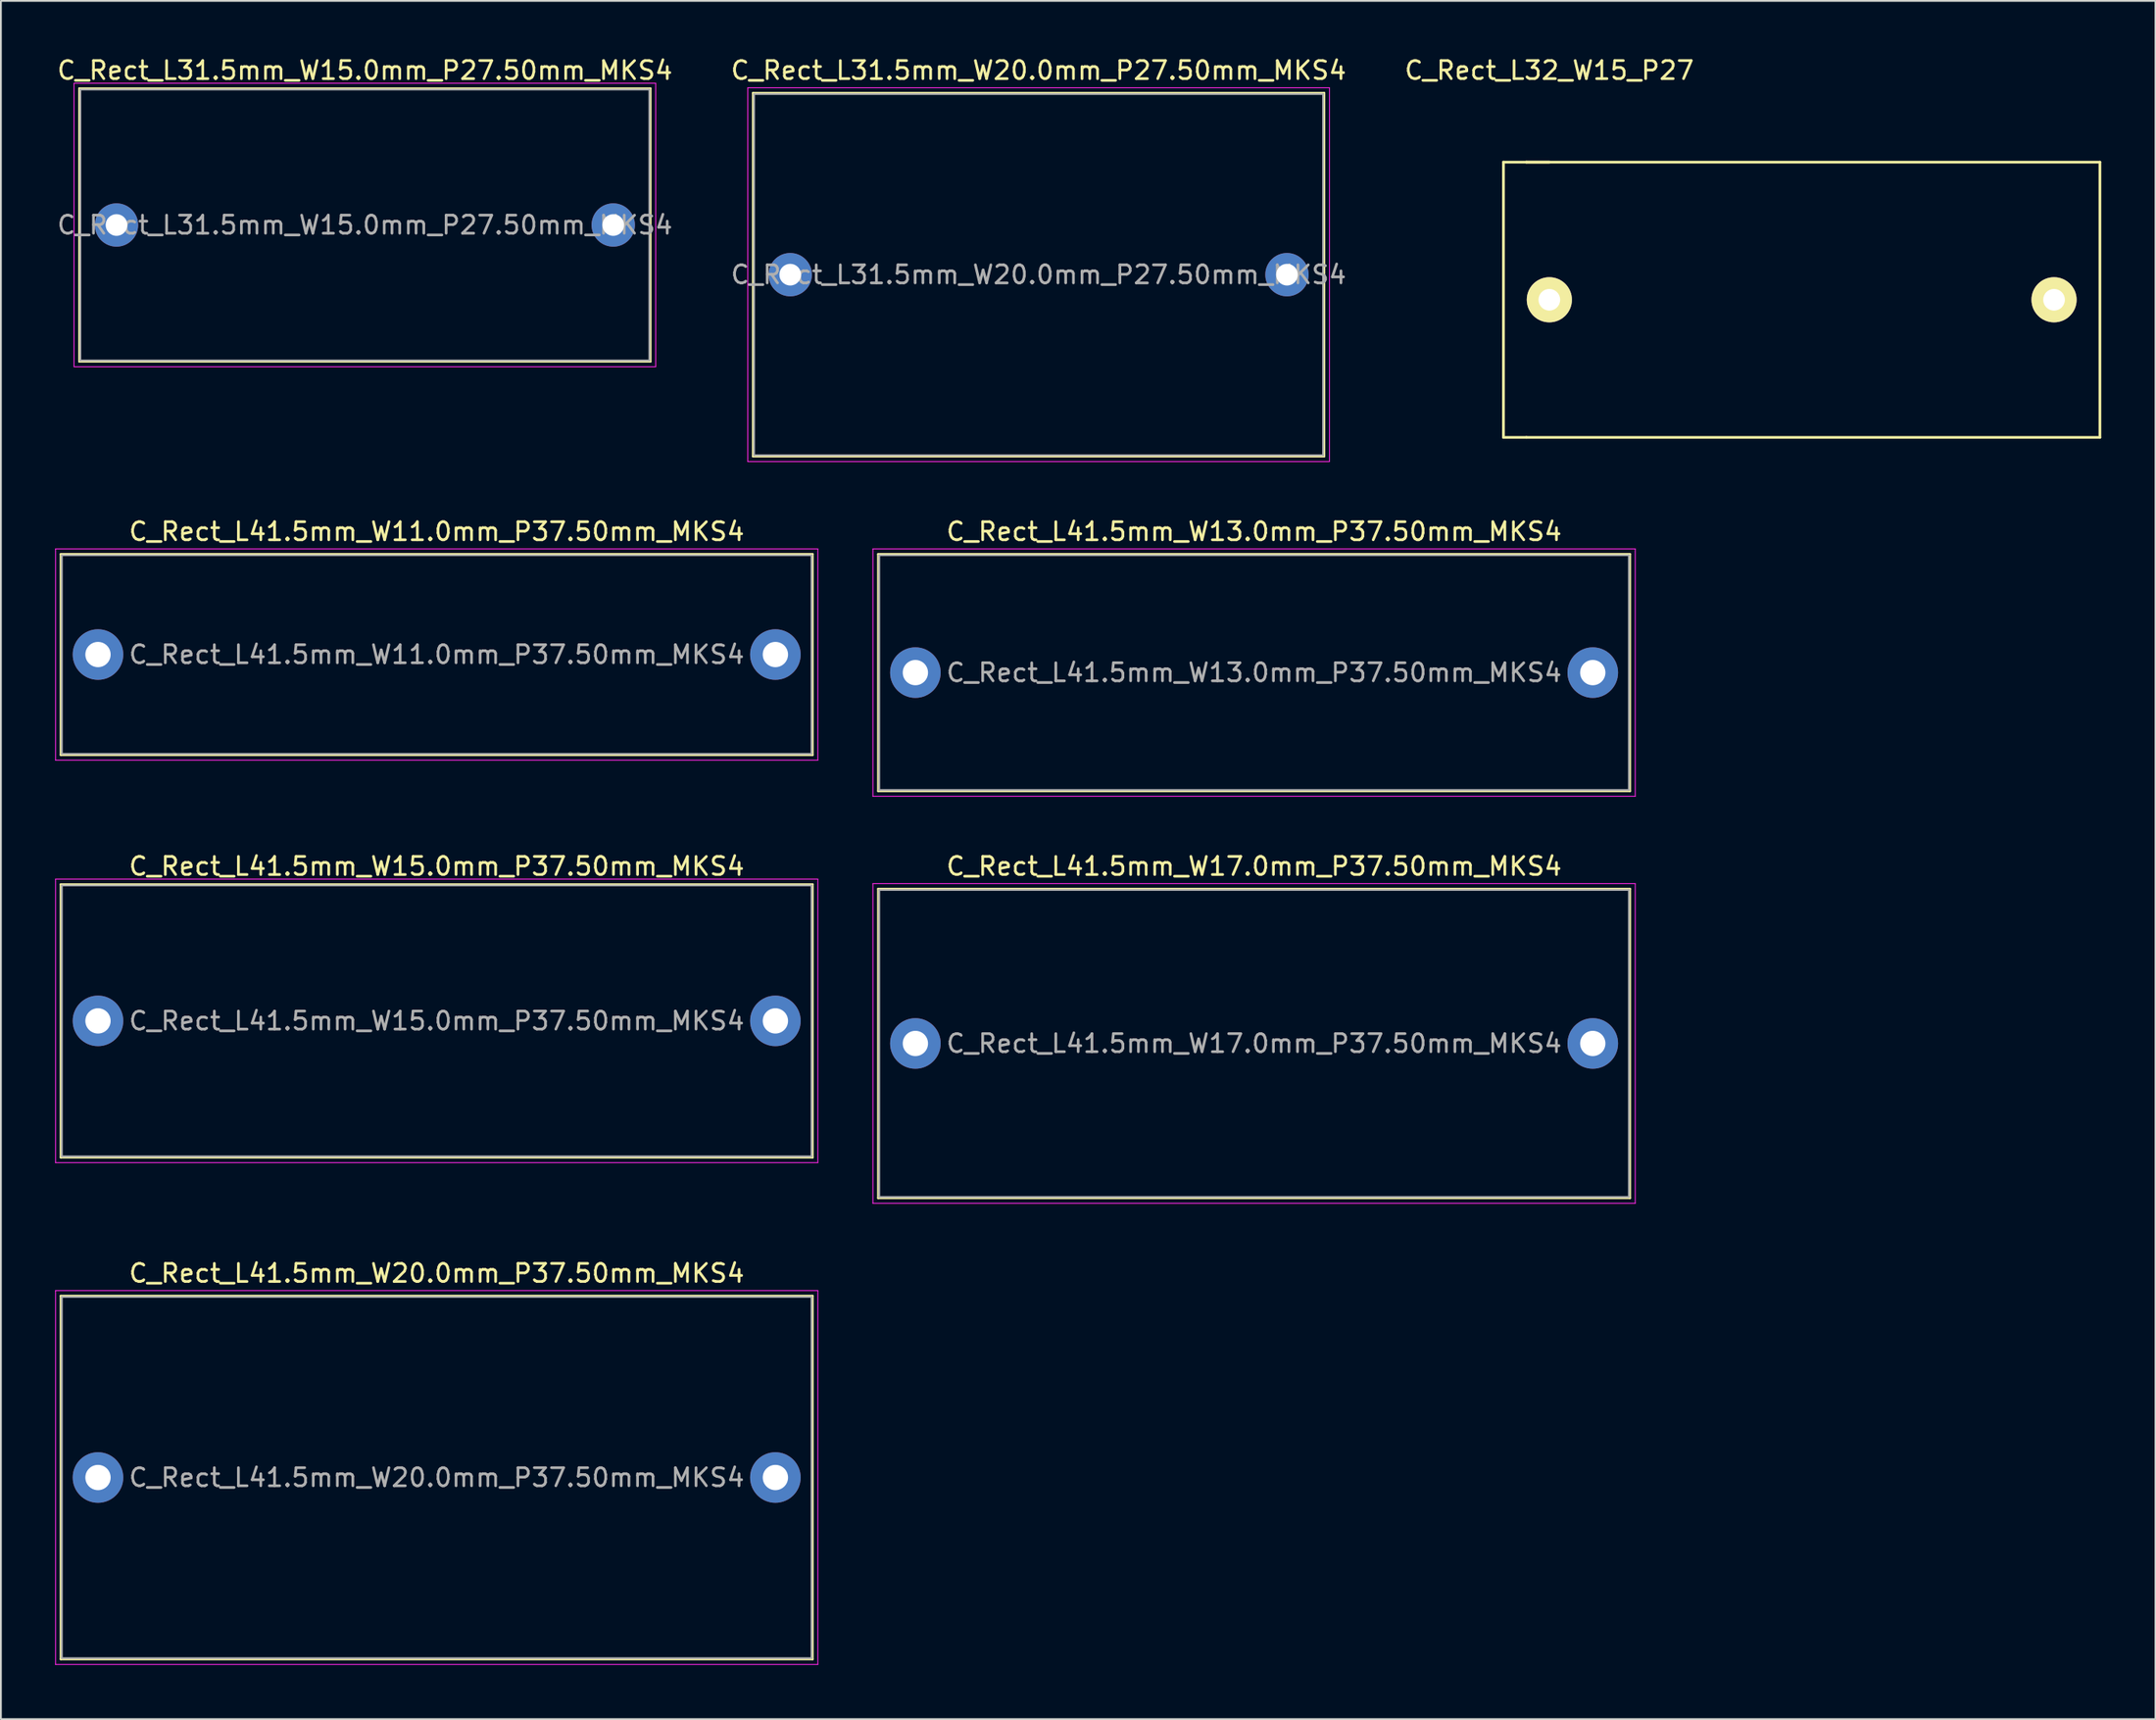
<source format=kicad_pcb>
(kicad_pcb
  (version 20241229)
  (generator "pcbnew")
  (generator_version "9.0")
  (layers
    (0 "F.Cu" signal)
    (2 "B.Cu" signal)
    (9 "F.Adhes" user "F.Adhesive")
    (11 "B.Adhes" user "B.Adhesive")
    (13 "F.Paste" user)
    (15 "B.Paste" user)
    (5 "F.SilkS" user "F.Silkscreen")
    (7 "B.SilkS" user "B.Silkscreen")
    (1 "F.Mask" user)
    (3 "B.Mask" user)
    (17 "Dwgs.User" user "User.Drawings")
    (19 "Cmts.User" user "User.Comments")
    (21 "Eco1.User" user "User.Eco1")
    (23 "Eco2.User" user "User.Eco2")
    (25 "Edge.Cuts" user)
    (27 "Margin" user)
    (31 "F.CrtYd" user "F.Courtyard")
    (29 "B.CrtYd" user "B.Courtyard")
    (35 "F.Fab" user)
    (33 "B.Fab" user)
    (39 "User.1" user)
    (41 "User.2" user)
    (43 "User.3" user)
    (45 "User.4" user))
  (footprint "C_Rect_L41.5mm_W13.0mm_P37.50mm_MKS4"
    (layer "F.Cu")
    (at 47.625 34.191)
    (property "Reference" "C_Rect_L41.5mm_W13.0mm_P37.50mm_MKS4" (at 18.75 -7.81 0) (layer "F.SilkS") (effects (font (size 1 1) (thickness 0.15))))
    (attr through_hole)
    (fp_line (start -2.06 -6.56) (end -2.06 6.56) (stroke (width 0.12) (type solid)) (layer "F.SilkS"))
    (fp_line (start -2.06 -6.56) (end 39.56 -6.56) (stroke (width 0.12) (type solid)) (layer "F.SilkS"))
    (fp_line (start -2.06 6.56) (end 39.56 6.56) (stroke (width 0.12) (type solid)) (layer "F.SilkS"))
    (fp_line (start 39.56 -6.56) (end 39.56 6.56) (stroke (width 0.12) (type solid)) (layer "F.SilkS"))
    (fp_line (start -2.35 -6.85) (end -2.35 6.85) (stroke (width 0.05) (type solid)) (layer "F.CrtYd"))
    (fp_line (start -2.35 6.85) (end 39.85 6.85) (stroke (width 0.05) (type solid)) (layer "F.CrtYd"))
    (fp_line (start 39.85 -6.85) (end -2.35 -6.85) (stroke (width 0.05) (type solid)) (layer "F.CrtYd"))
    (fp_line (start 39.85 6.85) (end 39.85 -6.85) (stroke (width 0.05) (type solid)) (layer "F.CrtYd"))
    (fp_line (start -2 -6.5) (end -2 6.5) (stroke (width 0.1) (type solid)) (layer "F.Fab"))
    (fp_line (start -2 6.5) (end 39.5 6.5) (stroke (width 0.1) (type solid)) (layer "F.Fab"))
    (fp_line (start 39.5 -6.5) (end -2 -6.5) (stroke (width 0.1) (type solid)) (layer "F.Fab"))
    (fp_line (start 39.5 6.5) (end 39.5 -6.5) (stroke (width 0.1) (type solid)) (layer "F.Fab"))
    (fp_text user "${REFERENCE}" (at 18.75 0 0) (layer "F.Fab") (effects (font (size 1 1) (thickness 0.15))))
    (pad "1" thru_hole circle (at 0 0) (size 2.8 2.8) (drill 1.4) (layers "*.Cu" "*.Mask"))
    (pad "2" thru_hole circle (at 37.5 0) (size 2.8 2.8) (drill 1.4) (layers "*.Cu" "*.Mask")))
  (footprint "C_Rect_L41.5mm_W11.0mm_P37.50mm_MKS4"
    (layer "F.Cu")
    (at 2.375 33.191)
    (property "Reference" "C_Rect_L41.5mm_W11.0mm_P37.50mm_MKS4" (at 18.75 -6.81 0) (layer "F.SilkS") (effects (font (size 1 1) (thickness 0.15))))
    (attr through_hole)
    (fp_line (start -2.06 -5.56) (end -2.06 5.56) (stroke (width 0.12) (type solid)) (layer "F.SilkS"))
    (fp_line (start -2.06 -5.56) (end 39.56 -5.56) (stroke (width 0.12) (type solid)) (layer "F.SilkS"))
    (fp_line (start -2.06 5.56) (end 39.56 5.56) (stroke (width 0.12) (type solid)) (layer "F.SilkS"))
    (fp_line (start 39.56 -5.56) (end 39.56 5.56) (stroke (width 0.12) (type solid)) (layer "F.SilkS"))
    (fp_line (start -2.35 -5.85) (end -2.35 5.85) (stroke (width 0.05) (type solid)) (layer "F.CrtYd"))
    (fp_line (start -2.35 5.85) (end 39.85 5.85) (stroke (width 0.05) (type solid)) (layer "F.CrtYd"))
    (fp_line (start 39.85 -5.85) (end -2.35 -5.85) (stroke (width 0.05) (type solid)) (layer "F.CrtYd"))
    (fp_line (start 39.85 5.85) (end 39.85 -5.85) (stroke (width 0.05) (type solid)) (layer "F.CrtYd"))
    (fp_line (start -2 -5.5) (end -2 5.5) (stroke (width 0.1) (type solid)) (layer "F.Fab"))
    (fp_line (start -2 5.5) (end 39.5 5.5) (stroke (width 0.1) (type solid)) (layer "F.Fab"))
    (fp_line (start 39.5 -5.5) (end -2 -5.5) (stroke (width 0.1) (type solid)) (layer "F.Fab"))
    (fp_line (start 39.5 5.5) (end 39.5 -5.5) (stroke (width 0.1) (type solid)) (layer "F.Fab"))
    (fp_text user "${REFERENCE}" (at 18.75 0 0) (layer "F.Fab") (effects (font (size 1 1) (thickness 0.15))))
    (pad "1" thru_hole circle (at 0 0) (size 2.8 2.8) (drill 1.4) (layers "*.Cu" "*.Mask"))
    (pad "2" thru_hole circle (at 37.5 0) (size 2.8 2.8) (drill 1.4) (layers "*.Cu" "*.Mask")))
  (footprint "C_Rect_L41.5mm_W20.0mm_P37.50mm_MKS4"
    (layer "F.Cu")
    (at 2.375 78.758)
    (property "Reference" "C_Rect_L41.5mm_W20.0mm_P37.50mm_MKS4" (at 18.75 -11.31 0) (layer "F.SilkS") (effects (font (size 1 1) (thickness 0.15))))
    (attr through_hole)
    (fp_line (start -2.06 -10.06) (end -2.06 10.06) (stroke (width 0.12) (type solid)) (layer "F.SilkS"))
    (fp_line (start -2.06 -10.06) (end 39.56 -10.06) (stroke (width 0.12) (type solid)) (layer "F.SilkS"))
    (fp_line (start -2.06 10.06) (end 39.56 10.06) (stroke (width 0.12) (type solid)) (layer "F.SilkS"))
    (fp_line (start 39.56 -10.06) (end 39.56 10.06) (stroke (width 0.12) (type solid)) (layer "F.SilkS"))
    (fp_line (start -2.35 -10.35) (end -2.35 10.35) (stroke (width 0.05) (type solid)) (layer "F.CrtYd"))
    (fp_line (start -2.35 10.35) (end 39.85 10.35) (stroke (width 0.05) (type solid)) (layer "F.CrtYd"))
    (fp_line (start 39.85 -10.35) (end -2.35 -10.35) (stroke (width 0.05) (type solid)) (layer "F.CrtYd"))
    (fp_line (start 39.85 10.35) (end 39.85 -10.35) (stroke (width 0.05) (type solid)) (layer "F.CrtYd"))
    (fp_line (start -2 -10) (end -2 10) (stroke (width 0.1) (type solid)) (layer "F.Fab"))
    (fp_line (start -2 10) (end 39.5 10) (stroke (width 0.1) (type solid)) (layer "F.Fab"))
    (fp_line (start 39.5 -10) (end -2 -10) (stroke (width 0.1) (type solid)) (layer "F.Fab"))
    (fp_line (start 39.5 10) (end 39.5 -10) (stroke (width 0.1) (type solid)) (layer "F.Fab"))
    (fp_text user "${REFERENCE}" (at 18.75 0 0) (layer "F.Fab") (effects (font (size 1 1) (thickness 0.15))))
    (pad "1" thru_hole circle (at 0 0) (size 2.8 2.8) (drill 1.4) (layers "*.Cu" "*.Mask"))
    (pad "2" thru_hole circle (at 37.5 0) (size 2.8 2.8) (drill 1.4) (layers "*.Cu" "*.Mask")))
  (footprint "C_Rect_L41.5mm_W15.0mm_P37.50mm_MKS4"
    (layer "F.Cu")
    (at 2.375 53.475)
    (property "Reference" "C_Rect_L41.5mm_W15.0mm_P37.50mm_MKS4" (at 18.75 -8.56 0) (layer "F.SilkS") (effects (font (size 1 1) (thickness 0.15))))
    (attr through_hole)
    (fp_line (start -2.06 -7.56) (end -2.06 7.56) (stroke (width 0.12) (type solid)) (layer "F.SilkS"))
    (fp_line (start -2.06 -7.56) (end 39.56 -7.56) (stroke (width 0.12) (type solid)) (layer "F.SilkS"))
    (fp_line (start -2.06 7.56) (end 39.56 7.56) (stroke (width 0.12) (type solid)) (layer "F.SilkS"))
    (fp_line (start 39.56 -7.56) (end 39.56 7.56) (stroke (width 0.12) (type solid)) (layer "F.SilkS"))
    (fp_line (start -2.35 -7.85) (end -2.35 7.85) (stroke (width 0.05) (type solid)) (layer "F.CrtYd"))
    (fp_line (start -2.35 7.85) (end 39.85 7.85) (stroke (width 0.05) (type solid)) (layer "F.CrtYd"))
    (fp_line (start 39.85 -7.85) (end -2.35 -7.85) (stroke (width 0.05) (type solid)) (layer "F.CrtYd"))
    (fp_line (start 39.85 7.85) (end 39.85 -7.85) (stroke (width 0.05) (type solid)) (layer "F.CrtYd"))
    (fp_line (start -2 -7.5) (end -2 7.5) (stroke (width 0.1) (type solid)) (layer "F.Fab"))
    (fp_line (start -2 7.5) (end 39.5 7.5) (stroke (width 0.1) (type solid)) (layer "F.Fab"))
    (fp_line (start 39.5 -7.5) (end -2 -7.5) (stroke (width 0.1) (type solid)) (layer "F.Fab"))
    (fp_line (start 39.5 7.5) (end 39.5 -7.5) (stroke (width 0.1) (type solid)) (layer "F.Fab"))
    (fp_text user "${REFERENCE}" (at 18.75 0 0) (layer "F.Fab") (effects (font (size 1 1) (thickness 0.15))))
    (pad "1" thru_hole circle (at 0 0) (size 2.8 2.8) (drill 1.4) (layers "*.Cu" "*.Mask"))
    (pad "2" thru_hole circle (at 37.5 0) (size 2.8 2.8) (drill 1.4) (layers "*.Cu" "*.Mask")))
  (footprint "C_Rect_L31.5mm_W20.0mm_P27.50mm_MKS4"
    (layer "F.Cu")
    (at 40.696 12.158)
    (property "Reference" "C_Rect_L31.5mm_W20.0mm_P27.50mm_MKS4" (at 13.75 -11.31 0) (layer "F.SilkS") (effects (font (size 1 1) (thickness 0.15))))
    (attr through_hole)
    (fp_line (start -2.06 -10.06) (end -2.06 10.06) (stroke (width 0.12) (type solid)) (layer "F.SilkS"))
    (fp_line (start -2.06 -10.06) (end 29.56 -10.06) (stroke (width 0.12) (type solid)) (layer "F.SilkS"))
    (fp_line (start -2.06 10.06) (end 29.56 10.06) (stroke (width 0.12) (type solid)) (layer "F.SilkS"))
    (fp_line (start 29.56 -10.06) (end 29.56 10.06) (stroke (width 0.12) (type solid)) (layer "F.SilkS"))
    (fp_line (start -2.35 -10.35) (end -2.35 10.35) (stroke (width 0.05) (type solid)) (layer "F.CrtYd"))
    (fp_line (start -2.35 10.35) (end 29.85 10.35) (stroke (width 0.05) (type solid)) (layer "F.CrtYd"))
    (fp_line (start 29.85 -10.35) (end -2.35 -10.35) (stroke (width 0.05) (type solid)) (layer "F.CrtYd"))
    (fp_line (start 29.85 10.35) (end 29.85 -10.35) (stroke (width 0.05) (type solid)) (layer "F.CrtYd"))
    (fp_line (start -2 -10) (end -2 10) (stroke (width 0.1) (type solid)) (layer "F.Fab"))
    (fp_line (start -2 10) (end 29.5 10) (stroke (width 0.1) (type solid)) (layer "F.Fab"))
    (fp_line (start 29.5 -10) (end -2 -10) (stroke (width 0.1) (type solid)) (layer "F.Fab"))
    (fp_line (start 29.5 10) (end 29.5 -10) (stroke (width 0.1) (type solid)) (layer "F.Fab"))
    (fp_text user "${REFERENCE}" (at 13.75 0 0) (layer "F.Fab") (effects (font (size 1 1) (thickness 0.15))))
    (pad "1" thru_hole circle (at 0 0) (size 2.4 2.4) (drill 1.2) (layers "*.Cu" "*.Mask"))
    (pad "2" thru_hole circle (at 27.5 0) (size 2.4 2.4) (drill 1.2) (layers "*.Cu" "*.Mask")))
  (footprint "C_Rect_L32_W15_P27"
    (layer "F.Cu")
    (at 82.72 13.548)
    (property "Reference" "C_Rect_L32_W15_P27" (at 0 -12.7 0) (layer "F.SilkS") (effects (font (size 1 1) (thickness 0.15))))
    (attr through_hole)
    (fp_line (start -2.54 -7.62) (end -2.54 7.62) (stroke (width 0.15) (type solid)) (layer "F.SilkS"))
    (fp_line (start -2.54 7.62) (end -1.27 7.62) (stroke (width 0.15) (type solid)) (layer "F.SilkS"))
    (fp_line (start -1.27 -7.62) (end -2.54 -7.62) (stroke (width 0.15) (type solid)) (layer "F.SilkS"))
    (fp_line (start -1.27 7.62) (end 30.48 7.62) (stroke (width 0.15) (type solid)) (layer "F.SilkS"))
    (fp_line (start 0 -7.62) (end -1.27 -7.62) (stroke (width 0.15) (type solid)) (layer "F.SilkS"))
    (fp_line (start 30.48 -7.62) (end -1.27 -7.62) (stroke (width 0.15) (type solid)) (layer "F.SilkS"))
    (fp_line (start 30.48 7.62) (end 30.48 -7.62) (stroke (width 0.15) (type solid)) (layer "F.SilkS"))
    (pad "1" thru_hole circle (at 27.94 0) (size 2.499 2.499) (drill 1.199) (layers "*.Cu" "*.Mask" "F.SilkS"))
    (pad "2" thru_hole circle (at 0 0) (size 2.499 2.499) (drill 1.199) (layers "*.Cu" "*.Mask" "F.SilkS")))
  (footprint "C_Rect_L31.5mm_W15.0mm_P27.50mm_MKS4"
    (layer "F.Cu")
    (at 3.399 9.408)
    (property "Reference" "C_Rect_L31.5mm_W15.0mm_P27.50mm_MKS4" (at 13.75 -8.56 0) (layer "F.SilkS") (effects (font (size 1 1) (thickness 0.15))))
    (attr through_hole)
    (fp_line (start -2.06 -7.56) (end -2.06 7.56) (stroke (width 0.12) (type solid)) (layer "F.SilkS"))
    (fp_line (start -2.06 -7.56) (end 29.56 -7.56) (stroke (width 0.12) (type solid)) (layer "F.SilkS"))
    (fp_line (start -2.06 7.56) (end 29.56 7.56) (stroke (width 0.12) (type solid)) (layer "F.SilkS"))
    (fp_line (start 29.56 -7.56) (end 29.56 7.56) (stroke (width 0.12) (type solid)) (layer "F.SilkS"))
    (fp_line (start -2.35 -7.85) (end -2.35 7.85) (stroke (width 0.05) (type solid)) (layer "F.CrtYd"))
    (fp_line (start -2.35 7.85) (end 29.85 7.85) (stroke (width 0.05) (type solid)) (layer "F.CrtYd"))
    (fp_line (start 29.85 -7.85) (end -2.35 -7.85) (stroke (width 0.05) (type solid)) (layer "F.CrtYd"))
    (fp_line (start 29.85 7.85) (end 29.85 -7.85) (stroke (width 0.05) (type solid)) (layer "F.CrtYd"))
    (fp_line (start -2 -7.5) (end -2 7.5) (stroke (width 0.1) (type solid)) (layer "F.Fab"))
    (fp_line (start -2 7.5) (end 29.5 7.5) (stroke (width 0.1) (type solid)) (layer "F.Fab"))
    (fp_line (start 29.5 -7.5) (end -2 -7.5) (stroke (width 0.1) (type solid)) (layer "F.Fab"))
    (fp_line (start 29.5 7.5) (end 29.5 -7.5) (stroke (width 0.1) (type solid)) (layer "F.Fab"))
    (fp_text user "${REFERENCE}" (at 13.75 0 0) (layer "F.Fab") (effects (font (size 1 1) (thickness 0.15))))
    (pad "1" thru_hole circle (at 0 0) (size 2.4 2.4) (drill 1.2) (layers "*.Cu" "*.Mask"))
    (pad "2" thru_hole circle (at 27.5 0) (size 2.4 2.4) (drill 1.2) (layers "*.Cu" "*.Mask")))
  (footprint "C_Rect_L41.5mm_W17.0mm_P37.50mm_MKS4"
    (layer "F.Cu")
    (at 47.625 54.725)
    (property "Reference" "C_Rect_L41.5mm_W17.0mm_P37.50mm_MKS4" (at 18.75 -9.81 0) (layer "F.SilkS") (effects (font (size 1 1) (thickness 0.15))))
    (attr through_hole)
    (fp_line (start -2.06 -8.56) (end -2.06 8.56) (stroke (width 0.12) (type solid)) (layer "F.SilkS"))
    (fp_line (start -2.06 -8.56) (end 39.56 -8.56) (stroke (width 0.12) (type solid)) (layer "F.SilkS"))
    (fp_line (start -2.06 8.56) (end 39.56 8.56) (stroke (width 0.12) (type solid)) (layer "F.SilkS"))
    (fp_line (start 39.56 -8.56) (end 39.56 8.56) (stroke (width 0.12) (type solid)) (layer "F.SilkS"))
    (fp_line (start -2.35 -8.85) (end -2.35 8.85) (stroke (width 0.05) (type solid)) (layer "F.CrtYd"))
    (fp_line (start -2.35 8.85) (end 39.85 8.85) (stroke (width 0.05) (type solid)) (layer "F.CrtYd"))
    (fp_line (start 39.85 -8.85) (end -2.35 -8.85) (stroke (width 0.05) (type solid)) (layer "F.CrtYd"))
    (fp_line (start 39.85 8.85) (end 39.85 -8.85) (stroke (width 0.05) (type solid)) (layer "F.CrtYd"))
    (fp_line (start -2 -8.5) (end -2 8.5) (stroke (width 0.1) (type solid)) (layer "F.Fab"))
    (fp_line (start -2 8.5) (end 39.5 8.5) (stroke (width 0.1) (type solid)) (layer "F.Fab"))
    (fp_line (start 39.5 -8.5) (end -2 -8.5) (stroke (width 0.1) (type solid)) (layer "F.Fab"))
    (fp_line (start 39.5 8.5) (end 39.5 -8.5) (stroke (width 0.1) (type solid)) (layer "F.Fab"))
    (fp_text user "${REFERENCE}" (at 18.75 0 0) (layer "F.Fab") (effects (font (size 1 1) (thickness 0.15))))
    (pad "1" thru_hole circle (at 0 0) (size 2.8 2.8) (drill 1.4) (layers "*.Cu" "*.Mask"))
    (pad "2" thru_hole circle (at 37.5 0) (size 2.8 2.8) (drill 1.4) (layers "*.Cu" "*.Mask")))
  (gr_rect
    (start -3 -3)
    (end 116.275 92.133)
    (stroke (width 0.1) (type default))
    (fill no)
    (layer "Edge.Cuts")))
</source>
